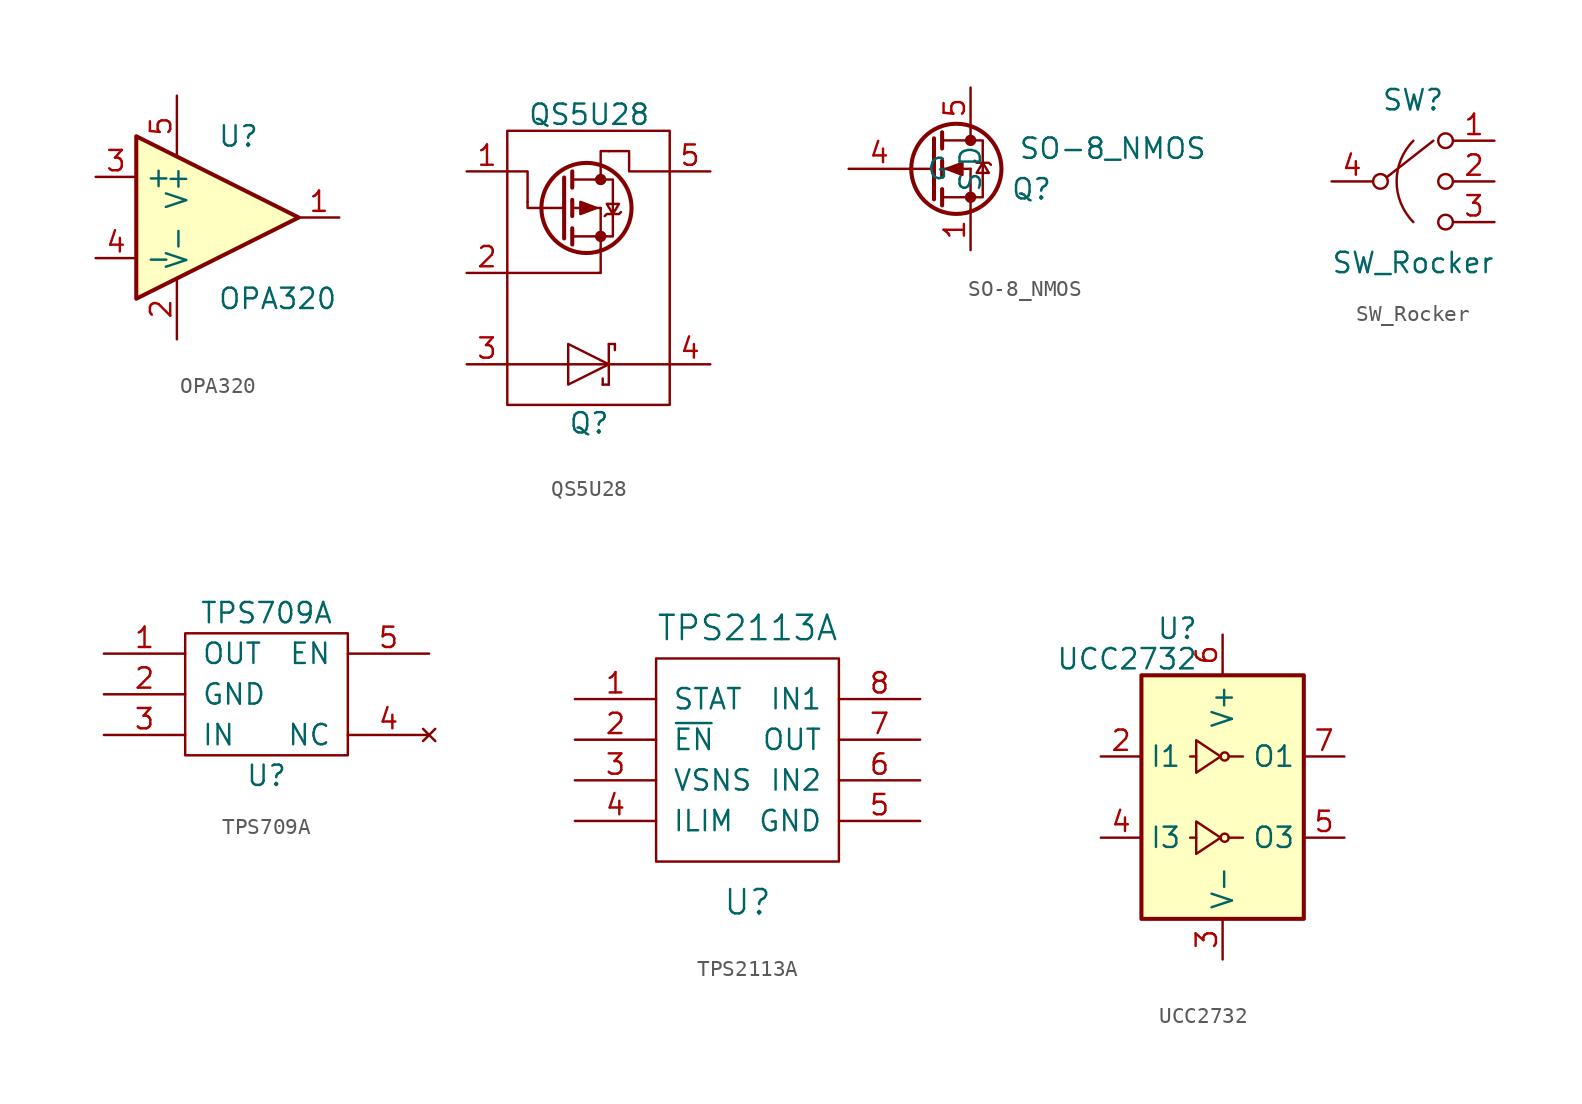
<source format=kicad_sym>
(kicad_symbol_lib
  (version 20211014)
  (generator kicad_symbol_editor)
  (symbol "OPA320"
    (property "Reference" "U"
      (at 0 5.08 0)
      (effects (font (size 1.27 1.27)) (justify left)))
    (property "Value" "OPA320"
      (at 0 -5.08 0)
      (effects (font (size 1.27 1.27)) (justify left)))
    (symbol "OPA320_0_1"
      (polyline (pts (xy -5.08 5.08) (xy 5.08 0) (xy -5.08 -5.08) (xy -5.08 5.08)) (stroke (width 0.254) (type default) (color 0 0 0 0)) (fill (type background)))
      (pin power_in line (at -2.54 -7.62 90) (length 3.81) (name "V-" (effects (font (size 1.27 1.27)))) (number "2" (effects (font (size 1.27 1.27)))))
      (pin power_in line (at -2.54 7.62 270) (length 3.81) (name "V+" (effects (font (size 1.27 1.27)))) (number "5" (effects (font (size 1.27 1.27))))))
    (symbol "OPA320_1_1"
      (pin output line (at 7.62 0 180) (length 2.54) (name "~" (effects (font (size 1.27 1.27)))) (number "1" (effects (font (size 1.27 1.27)))))
      (pin input line (at -7.62 2.54 0) (length 2.54) (name "+" (effects (font (size 1.27 1.27)))) (number "3" (effects (font (size 1.27 1.27)))))
      (pin input line (at -7.62 -2.54 0) (length 2.54) (name "-" (effects (font (size 1.27 1.27)))) (number "4" (effects (font (size 1.27 1.27)))))))
  (symbol "QS5U28"
    (pin_names
      (offset 0) hide)
    (property "Reference" "Q"
      (at -1.27 -9.398 0)
      (effects (font (size 1.27 1.27)) (justify left)))
    (property "Value" "QS5U28"
      (at -3.81 9.906 0)
      (effects (font (size 1.27 1.27)) (justify left)))
    (symbol "QS5U28_0_1"
      (rectangle (start -5.08 8.89) (end 5.08 -8.255) (stroke (width 0) (type default) (color 0 0 0 0)) (fill (type none)))
      (circle (center -0.127 4.064) (radius 2.819) (stroke (width 0.254) (type default) (color 0 0 0 0)) (fill (type none)))
      (polyline (pts (xy -5.08 -5.715) (xy 5.08 -5.715)) (stroke (width 0) (type default) (color 0 0 0 0)) (fill (type none)))
      (polyline (pts (xy -5.08 0) (xy 0.635 0)) (stroke (width 0) (type default) (color 0 0 0 0)) (fill (type none)))
      (polyline (pts (xy -1.727 4.064) (xy -1.524 4.064)) (stroke (width 0) (type default) (color 0 0 0 0)) (fill (type none)))
      (polyline (pts (xy -1.016 2.286) (xy 0.762 2.286)) (stroke (width 0) (type default) (color 0 0 0 0)) (fill (type none)))
      (polyline (pts (xy -1.016 2.794) (xy -1.016 1.778)) (stroke (width 0.254) (type default) (color 0 0 0 0)) (fill (type none)))
      (polyline (pts (xy -1.016 4.064) (xy 0.762 4.064)) (stroke (width 0) (type default) (color 0 0 0 0)) (fill (type none)))
      (polyline (pts (xy -1.016 4.572) (xy -1.016 3.556)) (stroke (width 0.254) (type default) (color 0 0 0 0)) (fill (type none)))
      (polyline (pts (xy -1.016 5.842) (xy 0.762 5.842)) (stroke (width 0) (type default) (color 0 0 0 0)) (fill (type none)))
      (polyline (pts (xy -1.016 6.35) (xy -1.016 5.334)) (stroke (width 0.254) (type default) (color 0 0 0 0)) (fill (type none)))
      (polyline (pts (xy 0.762 2.286) (xy 0.762 1.524)) (stroke (width 0) (type default) (color 0 0 0 0)) (fill (type none)))
      (polyline (pts (xy 0.762 2.286) (xy 0.762 4.064)) (stroke (width 0) (type default) (color 0 0 0 0)) (fill (type none)))
      (polyline (pts (xy 0.762 6.604) (xy 0.762 5.842)) (stroke (width 0) (type default) (color 0 0 0 0)) (fill (type none)))
      (polyline (pts (xy 0.889 -6.985) (xy 0.889 -6.604)) (stroke (width 0) (type default) (color 0 0 0 0)) (fill (type none)))
      (polyline (pts (xy 1.27 -6.985) (xy 0.889 -6.985)) (stroke (width 0) (type default) (color 0 0 0 0)) (fill (type none)))
      (polyline (pts (xy 1.27 -4.445) (xy 1.27 -6.985)) (stroke (width 0) (type default) (color 0 0 0 0)) (fill (type none)))
      (polyline (pts (xy 1.27 -4.445) (xy 1.651 -4.445)) (stroke (width 0) (type default) (color 0 0 0 0)) (fill (type none)))
      (polyline (pts (xy 1.651 -4.445) (xy 1.651 -4.826)) (stroke (width 0) (type default) (color 0 0 0 0)) (fill (type none)))
      (polyline (pts (xy -5.08 6.35) (xy -3.81 6.35) (xy -3.81 4.445)) (stroke (width 0) (type default) (color 0 0 0 0)) (fill (type none)))
      (polyline (pts (xy -3.81 4.445) (xy -3.81 4.064) (xy -1.778 4.064)) (stroke (width 0) (type default) (color 0 0 0 0)) (fill (type none)))
      (polyline (pts (xy -1.524 5.969) (xy -1.524 2.159) (xy -1.524 2.159)) (stroke (width 0.254) (type default) (color 0 0 0 0)) (fill (type none)))
      (polyline (pts (xy 0.635 0) (xy 0.762 0) (xy 0.762 1.524)) (stroke (width 0) (type default) (color 0 0 0 0)) (fill (type none)))
      (polyline (pts (xy 1.27 7.62) (xy 0.762 7.62) (xy 0.762 6.731)) (stroke (width 0) (type default) (color 0 0 0 0)) (fill (type none)))
      (polyline (pts (xy -1.27 -4.445) (xy -1.27 -6.985) (xy 1.27 -5.715) (xy -1.27 -4.445)) (stroke (width 0) (type default) (color 0 0 0 0)) (fill (type none)))
      (polyline (pts (xy 0.508 4.064) (xy -0.508 3.683) (xy -0.508 4.445) (xy 0.508 4.064)) (stroke (width 0) (type default) (color 0 0 0 0)) (fill (type outline)))
      (polyline (pts (xy 0.762 2.286) (xy 1.524 2.286) (xy 1.524 5.842) (xy 0.762 5.842)) (stroke (width 0) (type default) (color 0 0 0 0)) (fill (type none)))
      (polyline (pts (xy 1.016 3.556) (xy 1.143 3.683) (xy 1.905 3.683) (xy 2.032 3.81)) (stroke (width 0) (type default) (color 0 0 0 0)) (fill (type none)))
      (polyline (pts (xy 1.524 3.683) (xy 1.143 4.318) (xy 1.905 4.318) (xy 1.524 3.683)) (stroke (width 0) (type default) (color 0 0 0 0)) (fill (type none)))
      (polyline (pts (xy 5.08 6.35) (xy 2.54 6.35) (xy 2.54 7.62) (xy 1.27 7.62)) (stroke (width 0) (type default) (color 0 0 0 0)) (fill (type none)))
      (circle (center 0.762 2.286) (radius 0.279) (stroke (width 0) (type default) (color 0 0 0 0)) (fill (type outline)))
      (circle (center 0.762 5.842) (radius 0.279) (stroke (width 0) (type default) (color 0 0 0 0)) (fill (type outline))))
    (symbol "QS5U28_1_1"
      (pin input line (at -7.62 6.35 0) (length 2.54) (name "G" (effects (font (size 1.27 1.27)))) (number "1" (effects (font (size 1.27 1.27)))))
      (pin passive line (at -7.62 0 0) (length 2.54) (name "S" (effects (font (size 1.27 1.27)))) (number "2" (effects (font (size 1.27 1.27)))))
      (pin input line (at -7.62 -5.715 0) (length 2.54) (name "~" (effects (font (size 1.27 1.27)))) (number "3" (effects (font (size 1.27 1.27)))))
      (pin input line (at 7.62 -5.715 180) (length 2.54) (name "~" (effects (font (size 1.27 1.27)))) (number "4" (effects (font (size 1.27 1.27)))))
      (pin passive line (at 7.62 6.35 180) (length 2.54) (name "D" (effects (font (size 1.27 1.27)))) (number "5" (effects (font (size 1.27 1.27)))))))
  (symbol "SO-8_NMOS"
    (pin_names
      (offset 1.016))
    (property "Reference" "Q"
      (at 5.08 -1.27 0)
      (effects (font (size 1.27 1.27))))
    (property "Value" "SO-8_NMOS"
      (at 10.16 1.27 0)
      (effects (font (size 1.27 1.27))))
    (symbol "SO-8_NMOS_1_1"
      (polyline (pts (xy -2.54 0) (xy -1.016 0)) (stroke (width 0) (type default) (color 0 0 0 0)) (fill (type none)))
      (polyline (pts (xy -0.508 -1.778) (xy 1.27 -1.778)) (stroke (width 0) (type default) (color 0 0 0 0)) (fill (type none)))
      (polyline (pts (xy -0.508 -1.27) (xy -0.508 -2.286)) (stroke (width 0.254) (type default) (color 0 0 0 0)) (fill (type none)))
      (polyline (pts (xy -0.508 0) (xy 1.27 0)) (stroke (width 0) (type default) (color 0 0 0 0)) (fill (type none)))
      (polyline (pts (xy -0.508 0.508) (xy -0.508 -0.508)) (stroke (width 0.254) (type default) (color 0 0 0 0)) (fill (type none)))
      (polyline (pts (xy -0.508 1.778) (xy 1.27 1.778)) (stroke (width 0) (type default) (color 0 0 0 0)) (fill (type none)))
      (polyline (pts (xy -0.508 2.286) (xy -0.508 1.27)) (stroke (width 0.254) (type default) (color 0 0 0 0)) (fill (type none)))
      (polyline (pts (xy 1.27 -1.778) (xy 1.27 -2.54)) (stroke (width 0) (type default) (color 0 0 0 0)) (fill (type none)))
      (polyline (pts (xy 1.27 -1.778) (xy 1.27 0)) (stroke (width 0) (type default) (color 0 0 0 0)) (fill (type none)))
      (polyline (pts (xy 1.27 2.54) (xy 1.27 1.778)) (stroke (width 0) (type default) (color 0 0 0 0)) (fill (type none)))
      (polyline (pts (xy -1.016 1.905) (xy -1.016 -1.905) (xy -1.016 -1.905)) (stroke (width 0.254) (type default) (color 0 0 0 0)) (fill (type none)))
      (polyline (pts (xy -0.254 0) (xy 0.762 0.381) (xy 0.762 -0.381) (xy -0.254 0)) (stroke (width 0) (type default) (color 0 0 0 0)) (fill (type outline)))
      (polyline (pts (xy 1.27 -1.778) (xy 2.032 -1.778) (xy 2.032 1.778) (xy 1.27 1.778)) (stroke (width 0) (type default) (color 0 0 0 0)) (fill (type none)))
      (polyline (pts (xy 1.524 0.508) (xy 1.651 0.381) (xy 2.413 0.381) (xy 2.54 0.254)) (stroke (width 0) (type default) (color 0 0 0 0)) (fill (type none)))
      (polyline (pts (xy 2.032 0.381) (xy 1.651 -0.254) (xy 2.413 -0.254) (xy 2.032 0.381)) (stroke (width 0) (type default) (color 0 0 0 0)) (fill (type none)))
      (circle (center 0.381 0) (radius 2.819) (stroke (width 0.254) (type default) (color 0 0 0 0)) (fill (type none)))
      (circle (center 1.27 -1.778) (radius 0.279) (stroke (width 0) (type default) (color 0 0 0 0)) (fill (type outline)))
      (circle (center 1.27 1.778) (radius 0.279) (stroke (width 0) (type default) (color 0 0 0 0)) (fill (type outline)))
      (pin passive line (at 1.27 -5.08 90) (length 2.54) (name "S" (effects (font (size 1.27 1.27)))) (number "1" (effects (font (size 1.27 1.27)))))
      (pin passive line (at 1.27 -5.08 90) (length 2.54) hide (name "S" (effects (font (size 1.27 1.27)))) (number "2" (effects (font (size 1.27 1.27)))))
      (pin passive line (at 1.27 -5.08 90) (length 2.54) hide (name "S" (effects (font (size 1.27 1.27)))) (number "3" (effects (font (size 1.27 1.27)))))
      (pin passive line (at -6.35 0 0) (length 3.81) (name "G" (effects (font (size 1.27 1.27)))) (number "4" (effects (font (size 1.27 1.27)))))
      (pin passive line (at 1.27 5.08 270) (length 2.54) (name "D" (effects (font (size 1.27 1.27)))) (number "5" (effects (font (size 1.27 1.27)))))))
  (symbol "SW_Rocker"
    (pin_names
      (offset 0) hide)
    (property "Reference" "SW"
      (at 0 5.08 0)
      (effects (font (size 1.27 1.27))))
    (property "Value" "SW_Rocker"
      (at 0 -5.08 0)
      (effects (font (size 1.27 1.27))))
    (symbol "SW_Rocker_0_1"
      (circle (center -2.032 0) (radius 0.457) (stroke (width 0) (type default) (color 0 0 0 0)) (fill (type none)))
      (polyline (pts (xy -1.651 0.254) (xy 1.27 2.54)) (stroke (width 0) (type default) (color 0 0 0 0)) (fill (type none)))
      (arc (start 0.0231 2.54) (mid -6.1485 0) (end 0.0231 -2.54) (stroke (width 0) (type default) (color 0 0 0 0)) (fill (type none)))
      (circle (center 2.032 -2.54) (radius 0.457) (stroke (width 0) (type default) (color 0 0 0 0)) (fill (type none)))
      (circle (center 2.032 0) (radius 0.457) (stroke (width 0) (type default) (color 0 0 0 0)) (fill (type none)))
      (circle (center 2.032 2.54) (radius 0.457) (stroke (width 0) (type default) (color 0 0 0 0)) (fill (type none))))
    (symbol "SW_Rocker_1_1"
      (pin passive line (at 5.08 2.54 180) (length 2.54) (name "Left" (effects (font (size 1.27 1.27)))) (number "1" (effects (font (size 1.27 1.27)))))
      (pin passive line (at 5.08 0 180) (length 2.54) (name "Center" (effects (font (size 1.27 1.27)))) (number "2" (effects (font (size 1.27 1.27)))))
      (pin passive line (at 5.08 -2.54 180) (length 2.54) (name "Right" (effects (font (size 1.27 1.27)))) (number "3" (effects (font (size 1.27 1.27)))))
      (pin passive line (at -5.08 0 0) (length 2.54) (name "Common" (effects (font (size 1.27 1.27)))) (number "4" (effects (font (size 1.27 1.27)))))))
  (symbol "TPS709A"
    (pin_names
      (offset 1.016))
    (property "Reference" "U"
      (at 0 -5.08 0)
      (effects (font (size 1.27 1.27))))
    (property "Value" "TPS709A"
      (at 0 5.08 0)
      (effects (font (size 1.27 1.27))))
    (symbol "TPS709A_0_1"
      (rectangle (start -5.08 3.81) (end 5.08 -3.81) (stroke (width 0) (type default) (color 0 0 0 0)) (fill (type none))))
    (symbol "TPS709A_1_1"
      (pin input line (at -10.16 2.54 0) (length 5.08) (name "OUT" (effects (font (size 1.27 1.27)))) (number "1" (effects (font (size 1.27 1.27)))))
      (pin input line (at -10.16 0 0) (length 5.08) (name "GND" (effects (font (size 1.27 1.27)))) (number "2" (effects (font (size 1.27 1.27)))))
      (pin input line (at -10.16 -2.54 0) (length 5.08) (name "IN" (effects (font (size 1.27 1.27)))) (number "3" (effects (font (size 1.27 1.27)))))
      (pin no_connect line (at 10.16 -2.54 180) (length 5.08) (name "NC" (effects (font (size 1.27 1.27)))) (number "4" (effects (font (size 1.27 1.27)))))
      (pin input line (at 10.16 2.54 180) (length 5.08) (name "EN" (effects (font (size 1.27 1.27)))) (number "5" (effects (font (size 1.27 1.27)))))))
  (symbol "TPS2113A"
    (pin_names
      (offset 1.016))
    (property "Reference" "U"
      (at 0 -8.89 0)
      (effects (font (size 1.524 1.524))))
    (property "Value" "TPS2113A"
      (at 0 8.255 0)
      (effects (font (size 1.524 1.524))))
    (symbol "TPS2113A_0_1"
      (rectangle (start -5.715 6.35) (end 5.715 -6.35) (stroke (width 0) (type default) (color 0 0 0 0)) (fill (type none))))
    (symbol "TPS2113A_1_1"
      (pin input line (at -10.795 3.81 0) (length 5.08) (name "STAT" (effects (font (size 1.27 1.27)))) (number "1" (effects (font (size 1.27 1.27)))))
      (pin input line (at -10.795 1.27 0) (length 5.08) (name "~{EN}" (effects (font (size 1.27 1.27)))) (number "2" (effects (font (size 1.27 1.27)))))
      (pin input line (at -10.795 -1.27 0) (length 5.08) (name "VSNS" (effects (font (size 1.27 1.27)))) (number "3" (effects (font (size 1.27 1.27)))))
      (pin input line (at -10.795 -3.81 0) (length 5.08) (name "ILIM" (effects (font (size 1.27 1.27)))) (number "4" (effects (font (size 1.27 1.27)))))
      (pin input line (at 10.795 -3.81 180) (length 5.08) (name "GND" (effects (font (size 1.27 1.27)))) (number "5" (effects (font (size 1.27 1.27)))))
      (pin input line (at 10.795 -1.27 180) (length 5.08) (name "IN2" (effects (font (size 1.27 1.27)))) (number "6" (effects (font (size 1.27 1.27)))))
      (pin input line (at 10.795 1.27 180) (length 5.08) (name "OUT" (effects (font (size 1.27 1.27)))) (number "7" (effects (font (size 1.27 1.27)))))
      (pin input line (at 10.795 3.81 180) (length 5.08) (name "IN1" (effects (font (size 1.27 1.27)))) (number "8" (effects (font (size 1.27 1.27)))))))
  (symbol "UCC2732"
    (property "Reference" "U"
      (at -1.524 10.541 0)
      (effects (font (size 1.27 1.27)) (justify right)))
    (property "Value" "UCC2732"
      (at -1.524 8.636 0)
      (effects (font (size 1.27 1.27)) (justify right)))
    (symbol "UCC2732_0_1"
      (rectangle (start -5.08 -7.62) (end 5.08 7.62) (stroke (width 0.254) (type default) (color 0 0 0 0)) (fill (type background)))
      (polyline (pts (xy -2.032 -2.54) (xy -1.651 -2.54)) (stroke (width 0) (type default) (color 0 0 0 0)) (fill (type none)))
      (polyline (pts (xy -2.032 2.54) (xy -1.651 2.54)) (stroke (width 0) (type default) (color 0 0 0 0)) (fill (type none)))
      (polyline (pts (xy 0.381 -2.54) (xy 1.27 -2.54) (xy 0.635 -2.54)) (stroke (width 0) (type default) (color 0 0 0 0)) (fill (type none)))
      (polyline (pts (xy 0.381 2.54) (xy 1.27 2.54) (xy 0.635 2.54)) (stroke (width 0) (type default) (color 0 0 0 0)) (fill (type none)))
      (polyline (pts (xy -1.651 -1.524) (xy -1.651 -3.556) (xy -0.127 -2.54) (xy -1.651 -1.524)) (stroke (width 0) (type default) (color 0 0 0 0)) (fill (type none)))
      (polyline (pts (xy -1.651 3.556) (xy -1.651 1.524) (xy -0.127 2.54) (xy -1.651 3.556)) (stroke (width 0) (type default) (color 0 0 0 0)) (fill (type none)))
      (circle (center 0.127 -2.54) (radius 0.254) (stroke (width 0) (type default) (color 0 0 0 0)) (fill (type none)))
      (circle (center 0.127 2.54) (radius 0.254) (stroke (width 0) (type default) (color 0 0 0 0)) (fill (type none))))
    (symbol "UCC2732_1_1"
      (pin no_connect line (at -7.62 -5.08 0) (length 2.54) hide (name "NC" (effects (font (size 1.27 1.27)))) (number "1" (effects (font (size 1.27 1.27)))))
      (pin input line (at -7.62 2.54 0) (length 2.54) (name "I1" (effects (font (size 1.27 1.27)))) (number "2" (effects (font (size 1.27 1.27)))))
      (pin power_in line (at 0 -10.16 90) (length 2.54) (name "V-" (effects (font (size 1.27 1.27)))) (number "3" (effects (font (size 1.27 1.27)))))
      (pin input line (at -7.62 -2.54 0) (length 2.54) (name "I3" (effects (font (size 1.27 1.27)))) (number "4" (effects (font (size 1.27 1.27)))))
      (pin output line (at 7.62 -2.54 180) (length 2.54) (name "O3" (effects (font (size 1.27 1.27)))) (number "5" (effects (font (size 1.27 1.27)))))
      (pin power_in line (at 0 10.16 270) (length 2.54) (name "V+" (effects (font (size 1.27 1.27)))) (number "6" (effects (font (size 1.27 1.27)))))
      (pin output line (at 7.62 2.54 180) (length 2.54) (name "O1" (effects (font (size 1.27 1.27)))) (number "7" (effects (font (size 1.27 1.27)))))
      (pin no_connect line (at 7.62 -5.08 180) (length 2.54) hide (name "NC" (effects (font (size 1.27 1.27)))) (number "8" (effects (font (size 1.27 1.27))))))))
</source>
